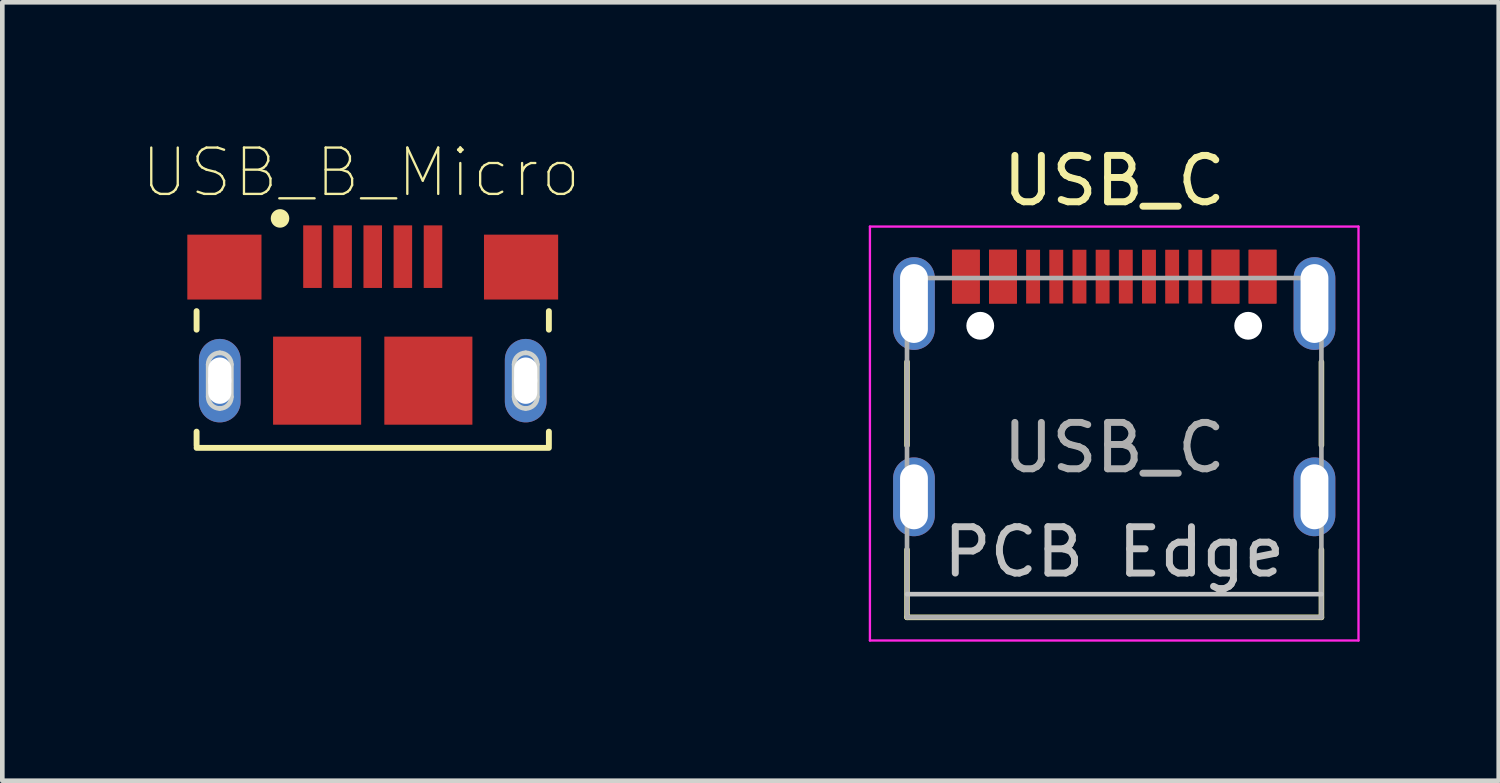
<source format=kicad_pcb>
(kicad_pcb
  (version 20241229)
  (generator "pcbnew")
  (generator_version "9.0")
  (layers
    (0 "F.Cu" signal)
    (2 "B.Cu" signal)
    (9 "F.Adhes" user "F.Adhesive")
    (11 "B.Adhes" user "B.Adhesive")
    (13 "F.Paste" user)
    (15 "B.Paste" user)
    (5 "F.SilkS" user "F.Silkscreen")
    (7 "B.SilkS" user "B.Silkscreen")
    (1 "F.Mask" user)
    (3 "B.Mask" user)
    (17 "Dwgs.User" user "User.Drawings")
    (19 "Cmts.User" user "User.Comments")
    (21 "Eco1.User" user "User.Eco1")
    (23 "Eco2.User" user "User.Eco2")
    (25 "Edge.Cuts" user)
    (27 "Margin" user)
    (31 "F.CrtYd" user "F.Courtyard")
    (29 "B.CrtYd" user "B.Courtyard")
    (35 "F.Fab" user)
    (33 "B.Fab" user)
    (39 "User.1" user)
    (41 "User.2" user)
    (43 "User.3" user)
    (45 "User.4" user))
  (footprint "USB_C"
    (layer "F.Cu")
    (at 20.987 5.428)
    (property "Reference" "USB_C" (at 0 -4.58 0) (layer "F.SilkS") (effects (font (size 1 1) (thickness 0.15))))
    (attr smd)
    (fp_line (start -4.47 -0.67) (end -4.47 1.13) (stroke (width 0.12) (type solid)) (layer "F.SilkS"))
    (fp_line (start -4.47 4.84) (end -4.47 3.38) (stroke (width 0.12) (type solid)) (layer "F.SilkS"))
    (fp_line (start 4.47 -0.67) (end 4.47 1.13) (stroke (width 0.12) (type solid)) (layer "F.SilkS"))
    (fp_line (start 4.47 4.84) (end -4.47 4.84) (stroke (width 0.12) (type solid)) (layer "F.SilkS"))
    (fp_line (start 4.47 4.84) (end 4.47 3.38) (stroke (width 0.12) (type solid)) (layer "F.SilkS"))
    (fp_line (start -4.47 4.34) (end 4.47 4.34) (stroke (width 0.1) (type solid)) (layer "Dwgs.User"))
    (fp_line (start -5.27 -3.59) (end -5.27 5.34) (stroke (width 0.05) (type solid)) (layer "F.CrtYd"))
    (fp_line (start -5.27 5.34) (end 5.27 5.34) (stroke (width 0.05) (type solid)) (layer "F.CrtYd"))
    (fp_line (start 5.27 -3.59) (end -5.27 -3.59) (stroke (width 0.05) (type solid)) (layer "F.CrtYd"))
    (fp_line (start 5.27 5.34) (end 5.27 -3.59) (stroke (width 0.05) (type solid)) (layer "F.CrtYd"))
    (fp_line (start -4.47 -2.48) (end -4.47 4.84) (stroke (width 0.1) (type solid)) (layer "F.Fab"))
    (fp_line (start -4.47 -2.48) (end 4.47 -2.48) (stroke (width 0.1) (type solid)) (layer "F.Fab"))
    (fp_line (start 4.47 -2.48) (end 4.47 4.84) (stroke (width 0.1) (type solid)) (layer "F.Fab"))
    (fp_line (start 4.47 4.84) (end -4.47 4.84) (stroke (width 0.1) (type solid)) (layer "F.Fab"))
    (fp_text user "PCB Edge" (at 0 3.43 0) (layer "Dwgs.User") (effects (font (size 1 1) (thickness 0.15))))
    (fp_text user "${REFERENCE}" (at 0 1.18 0) (layer "F.Fab") (effects (font (size 1 1) (thickness 0.15))))
    (pad "" np_thru_hole circle (at -2.89 -1.45 180) (size 0.6 0.6) (drill 0.6) (layers "*.Cu" "*.Mask"))
    (pad "" np_thru_hole circle (at 2.89 -1.45 180) (size 0.6 0.6) (drill 0.6) (layers "*.Cu" "*.Mask"))
    (pad "A1" smd rect (at -3.2 -2.51) (size 0.6 1.16) (layers "F.Cu" "F.Mask" "F.Paste"))
    (pad "A4" smd rect (at -2.4 -2.51) (size 0.6 1.16) (layers "F.Cu" "F.Mask" "F.Paste"))
    (pad "A5" smd rect (at -1.25 -2.51 180) (size 0.3 1.16) (layers "F.Cu" "F.Mask" "F.Paste"))
    (pad "A6" smd rect (at -0.25 -2.51 180) (size 0.3 1.16) (layers "F.Cu" "F.Mask" "F.Paste"))
    (pad "A7" smd rect (at 0.25 -2.51 180) (size 0.3 1.16) (layers "F.Cu" "F.Mask" "F.Paste"))
    (pad "A8" smd rect (at 1.25 -2.51 180) (size 0.3 1.16) (layers "F.Cu" "F.Mask" "F.Paste"))
    (pad "A9" smd rect (at 2.4 -2.51) (size 0.6 1.16) (layers "F.Cu" "F.Mask" "F.Paste"))
    (pad "A12" smd rect (at 3.2 -2.51) (size 0.6 1.16) (layers "F.Cu" "F.Mask" "F.Paste"))
    (pad "B1" smd rect (at 3.2 -2.51) (size 0.6 1.16) (layers "F.Cu" "F.Mask" "F.Paste"))
    (pad "B4" smd rect (at 2.4 -2.51) (size 0.6 1.16) (layers "F.Cu" "F.Mask" "F.Paste"))
    (pad "B5" smd rect (at 1.75 -2.51 180) (size 0.3 1.16) (layers "F.Cu" "F.Mask" "F.Paste"))
    (pad "B6" smd rect (at 0.75 -2.51 180) (size 0.3 1.16) (layers "F.Cu" "F.Mask" "F.Paste"))
    (pad "B7" smd rect (at -0.75 -2.51 180) (size 0.3 1.16) (layers "F.Cu" "F.Mask" "F.Paste"))
    (pad "B8" smd rect (at -1.75 -2.51 180) (size 0.3 1.16) (layers "F.Cu" "F.Mask" "F.Paste"))
    (pad "B9" smd rect (at -2.4 -2.51) (size 0.6 1.16) (layers "F.Cu" "F.Mask" "F.Paste"))
    (pad "B12" smd rect (at -3.2 -2.51) (size 0.6 1.16) (layers "F.Cu" "F.Mask" "F.Paste"))
    (pad "S1" thru_hole oval (at -4.32 -1.93 90) (size 2 0.9) (drill oval 1.7 0.6) (layers "*.Cu" "*.Mask"))
    (pad "S1" thru_hole oval (at -4.32 2.24 90) (size 1.7 0.9) (drill oval 1.4 0.6) (layers "*.Cu" "*.Mask"))
    (pad "S1" thru_hole oval (at 4.32 -1.93 90) (size 2 0.9) (drill oval 1.7 0.6) (layers "*.Cu" "*.Mask"))
    (pad "S1" thru_hole oval (at 4.32 2.24 90) (size 1.7 0.9) (drill oval 1.4 0.6) (layers "*.Cu" "*.Mask")))
  (footprint "USB_B_Micro"
    (layer "F.Cu")
    (at 4.991 5.162)
    (property "Reference" "USB_B_Micro" (at -0.254 -4.489 0) (layer "F.SilkS") (effects (font (size 1 1) (thickness 0.05))))
    (attr smd)
    (fp_line (start -3.8 -1.5) (end -3.8 -1.1) (stroke (width 0.127) (type solid)) (layer "F.SilkS"))
    (fp_line (start -3.8 1.1) (end -3.8 1.4) (stroke (width 0.127) (type solid)) (layer "F.SilkS"))
    (fp_line (start -3.8 1.45) (end 3.8 1.45) (stroke (width 0.127) (type solid)) (layer "F.SilkS"))
    (fp_line (start 3.8 -1.1) (end 3.8 -1.5) (stroke (width 0.127) (type solid)) (layer "F.SilkS"))
    (fp_line (start 3.8 1.1) (end 3.8 1.4) (stroke (width 0.127) (type solid)) (layer "F.SilkS"))
    (fp_circle (center -2 -3.5) (end -1.9 -3.5) (stroke (width 0.2) (type solid)) (fill no) (layer "F.SilkS"))
    (fp_line (start -4.2 -3.6) (end -4.2 3) (stroke (width 0.05) (type solid)) (layer "Eco1.User"))
    (fp_line (start -4.2 3) (end 4.2 3) (stroke (width 0.05) (type solid)) (layer "Eco1.User"))
    (fp_line (start 4.2 -3.6) (end -4.2 -3.6) (stroke (width 0.05) (type solid)) (layer "Eco1.User"))
    (fp_line (start 4.2 3) (end 4.2 -3.6) (stroke (width 0.05) (type solid)) (layer "Eco1.User"))
    (fp_line (start -3.93 2.5) (end -3.75 2.75) (stroke (width 0.127) (type solid)) (layer "Eco2.User"))
    (fp_line (start -3.8 -2.9) (end 3.8 -2.9) (stroke (width 0.127) (type solid)) (layer "Eco2.User"))
    (fp_line (start -3.8 2.1) (end -3.8 -2.9) (stroke (width 0.127) (type solid)) (layer "Eco2.User"))
    (fp_line (start -3.8 2.15) (end -3.8 2.1) (stroke (width 0.127) (type solid)) (layer "Eco2.User"))
    (fp_line (start -3.2 2.2) (end -3.2 2.75) (stroke (width 0.127) (type solid)) (layer "Eco2.User"))
    (fp_line (start -3.2 2.75) (end 3.2 2.75) (stroke (width 0.127) (type solid)) (layer "Eco2.User"))
    (fp_line (start 3.2 2.75) (end 3.2 2.2) (stroke (width 0.127) (type solid)) (layer "Eco2.User"))
    (fp_line (start 3.8 -2.9) (end 3.8 1.45) (stroke (width 0.127) (type solid)) (layer "Eco2.User"))
    (fp_line (start 3.8 1.45) (end 3.8 2.15) (stroke (width 0.127) (type solid)) (layer "Eco2.User"))
    (fp_line (start 3.8 1.45) (end 6.15 1.45) (stroke (width 0.127) (type solid)) (layer "Eco2.User"))
    (fp_line (start 3.8 2.15) (end -3.8 2.15) (stroke (width 0.127) (type solid)) (layer "Eco2.User"))
    (fp_line (start 3.93 2.5) (end 3.75 2.8) (stroke (width 0.127) (type solid)) (layer "Eco2.User"))
    (fp_arc (start -3.8 2.1) (mid -3.782157 2.326924) (end -3.93 2.5) (stroke (width 0.127) (type solid)) (layer "Eco2.User"))
    (fp_arc (start -3.4 2.2) (mid -3.461091 2.547487) (end -3.75 2.75) (stroke (width 0.127) (type solid)) (layer "Eco2.User"))
    (fp_arc (start 3.75 2.8) (mid 3.450736 2.572487) (end 3.4 2.2) (stroke (width 0.127) (type solid)) (layer "Eco2.User"))
    (fp_arc (start 3.93 2.5) (mid 3.782157 2.326924) (end 3.8 2.1) (stroke (width 0.127) (type solid)) (layer "Eco2.User"))
    (fp_line (start -3.55 0.35) (end -3.55 -0.35) (stroke (width 0.1) (type solid)) (layer "Edge.Cuts"))
    (fp_line (start -3.05 -0.35) (end -3.05 0.35) (stroke (width 0.1) (type solid)) (layer "Edge.Cuts"))
    (fp_line (start 3.05 0.35) (end 3.05 -0.35) (stroke (width 0.1) (type solid)) (layer "Edge.Cuts"))
    (fp_line (start 3.55 -0.35) (end 3.55 0.35) (stroke (width 0.1) (type solid)) (layer "Edge.Cuts"))
    (fp_arc (start -3.55 -0.35) (mid -3.476777 -0.526777) (end -3.3 -0.6) (stroke (width 0.1) (type solid)) (layer "Edge.Cuts"))
    (fp_arc (start -3.3 -0.6) (mid -3.123223 -0.526777) (end -3.05 -0.35) (stroke (width 0.1) (type solid)) (layer "Edge.Cuts"))
    (fp_arc (start -3.3 0.6) (mid -3.476777 0.526777) (end -3.55 0.35) (stroke (width 0.1) (type solid)) (layer "Edge.Cuts"))
    (fp_arc (start -3.05 0.35) (mid -3.123223 0.526777) (end -3.3 0.6) (stroke (width 0.1) (type solid)) (layer "Edge.Cuts"))
    (fp_arc (start 3.05 -0.35) (mid 3.123223 -0.526777) (end 3.3 -0.6) (stroke (width 0.1) (type solid)) (layer "Edge.Cuts"))
    (fp_arc (start 3.3 -0.6) (mid 3.476777 -0.526777) (end 3.55 -0.35) (stroke (width 0.1) (type solid)) (layer "Edge.Cuts"))
    (fp_arc (start 3.3 0.6) (mid 3.123223 0.526777) (end 3.05 0.35) (stroke (width 0.1) (type solid)) (layer "Edge.Cuts"))
    (fp_arc (start 3.55 0.35) (mid 3.476777 0.526777) (end 3.3 0.6) (stroke (width 0.1) (type solid)) (layer "Edge.Cuts"))
    (fp_text user "PCB~{END}" (at 4.75 1.3 0) (layer "Edge.Cuts") (effects (font (size 1 1) (thickness 0.05))))
    (pad "" np_thru_hole circle (at -3.3 0) (size 0.5 0.5) (drill 0.5) (layers "*.Cu" "*.Mask"))
    (pad "" np_thru_hole circle (at 3.3 0) (size 0.5 0.5) (drill 0.5) (layers "*.Cu" "*.Mask"))
    (pad "1" smd rect (at -1.3 -2.675) (size 0.4 1.35) (layers "F.Cu" "F.Paste"))
    (pad "2" smd rect (at -0.65 -2.675) (size 0.4 1.35) (layers "F.Cu" "F.Paste"))
    (pad "3" smd rect (at 0 -2.675) (size 0.4 1.35) (layers "F.Cu" "F.Paste"))
    (pad "4" smd rect (at 0.65 -2.675) (size 0.4 1.35) (layers "F.Cu" "F.Paste"))
    (pad "5" smd rect (at 1.3 -2.675) (size 0.4 1.35) (layers "F.Cu" "F.Paste"))
    (pad "6" thru_hole oval (at -3.3 0 90) (size 1.8 0.9) (drill oval 1 0.5) (layers "*.Cu" "*.Mask"))
    (pad "6" smd rect (at -3.2 -2.45) (size 1.6 1.4) (layers "F.Cu" "F.Paste"))
    (pad "6" smd rect (at -1.2 0) (size 1.9 1.9) (layers "F.Cu" "F.Paste"))
    (pad "6" smd rect (at 1.2 0) (size 1.9 1.9) (layers "F.Cu" "F.Paste"))
    (pad "6" smd rect (at 3.2 -2.45) (size 1.6 1.4) (layers "F.Cu" "F.Paste"))
    (pad "6" thru_hole oval (at 3.3 0 90) (size 1.8 0.9) (drill oval 1 0.5) (layers "*.Cu" "*.Mask")))
  (gr_rect
    (start -3 -3)
    (end 29.282 13.793)
    (stroke (width 0.1) (type default))
    (fill no)
    (layer "Edge.Cuts")))
</source>
